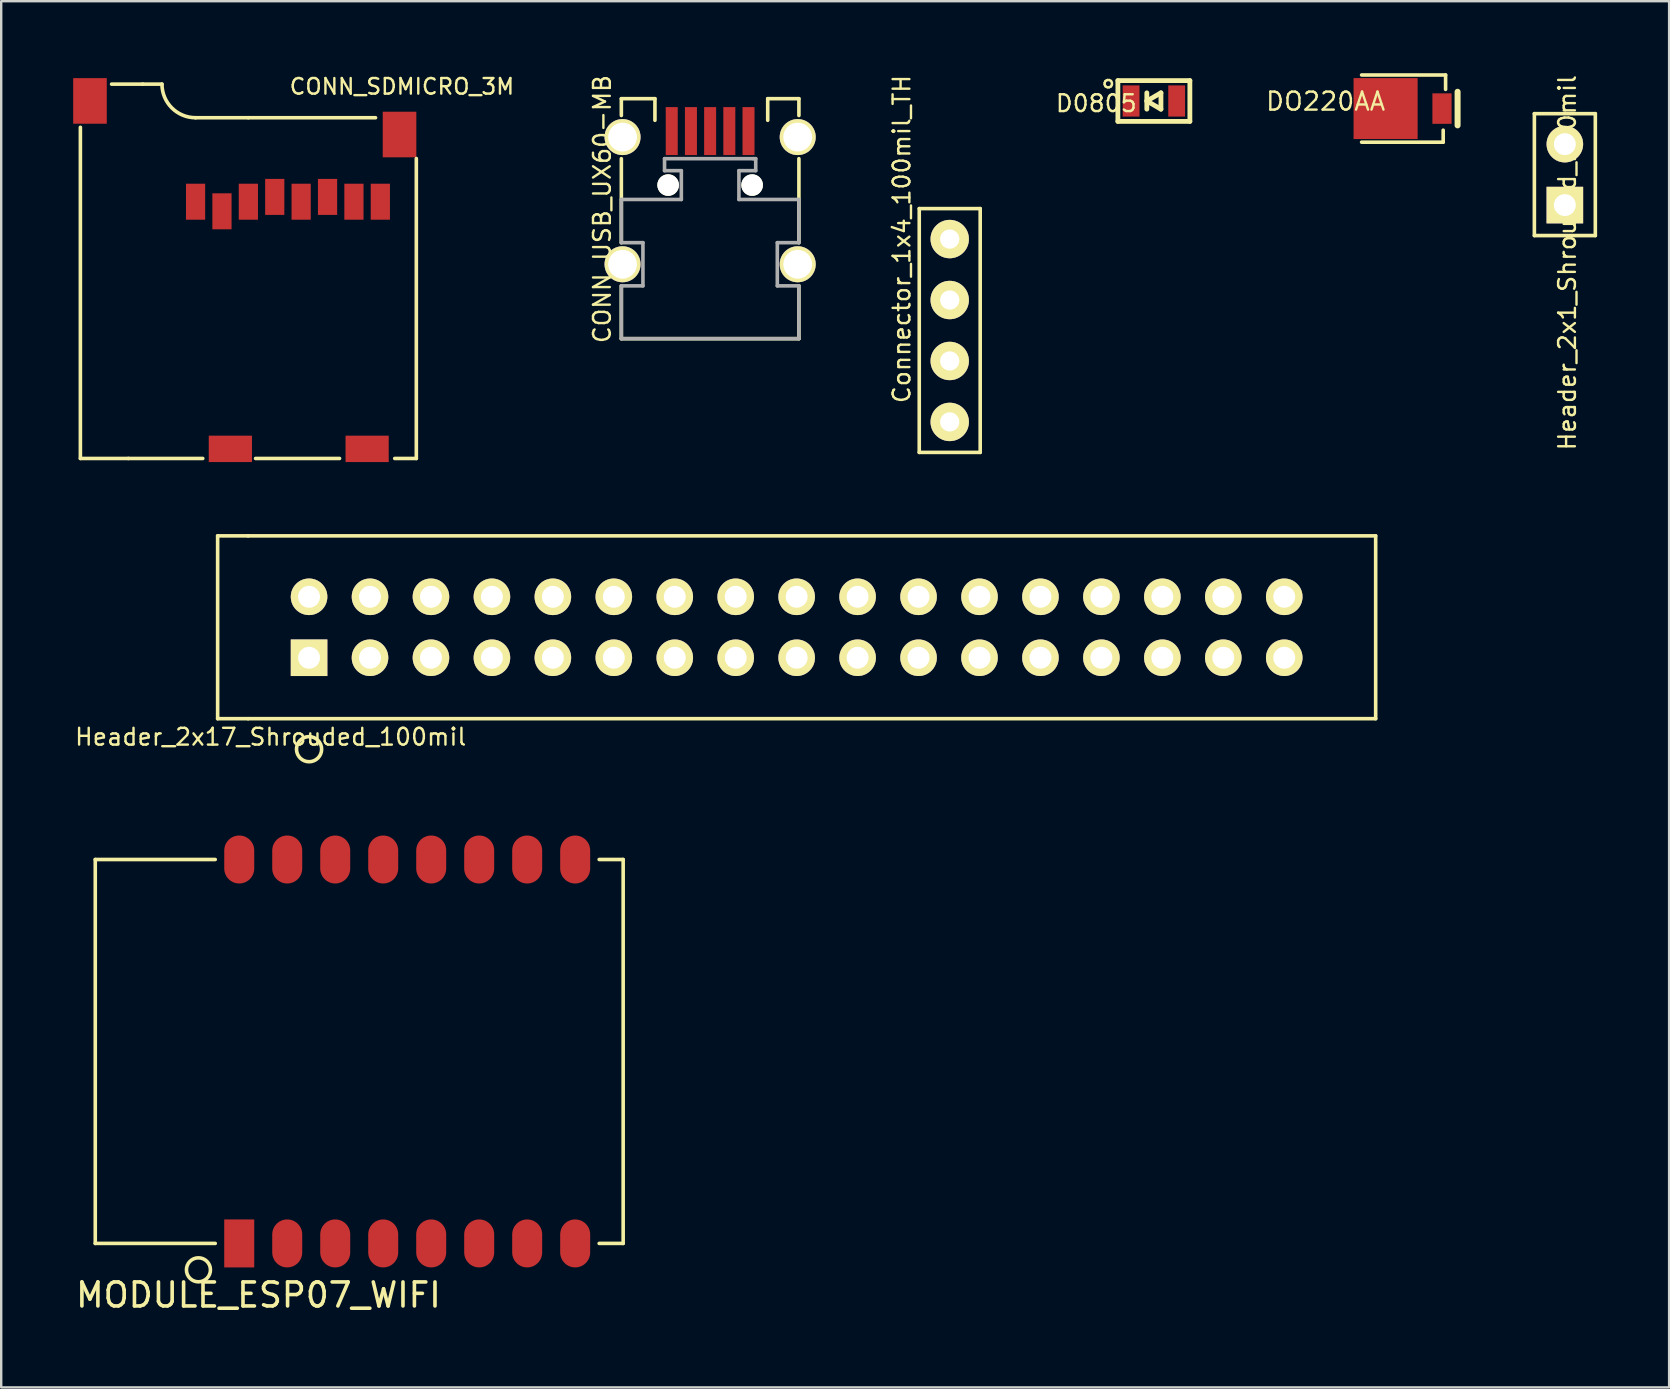
<source format=kicad_pcb>
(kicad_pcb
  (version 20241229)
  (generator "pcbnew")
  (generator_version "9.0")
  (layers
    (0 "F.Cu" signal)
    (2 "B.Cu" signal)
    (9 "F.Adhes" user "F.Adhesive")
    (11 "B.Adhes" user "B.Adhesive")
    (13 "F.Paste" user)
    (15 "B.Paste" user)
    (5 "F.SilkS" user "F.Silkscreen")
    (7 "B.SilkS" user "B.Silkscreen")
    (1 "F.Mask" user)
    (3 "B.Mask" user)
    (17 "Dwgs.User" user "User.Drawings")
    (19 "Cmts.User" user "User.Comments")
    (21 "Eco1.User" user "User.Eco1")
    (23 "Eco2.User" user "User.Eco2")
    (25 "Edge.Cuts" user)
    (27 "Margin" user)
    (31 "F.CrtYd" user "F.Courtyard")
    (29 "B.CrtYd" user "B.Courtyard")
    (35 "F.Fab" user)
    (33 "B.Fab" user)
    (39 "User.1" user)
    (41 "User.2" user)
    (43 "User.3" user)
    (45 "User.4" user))
  (footprint "CONN_USB_UX60-MB"
    (layer "F.Cu")
    (at 26.544 2.463)
    (property "Reference" "CONN_USB_UX60-MB" (at -4.5 3.2 90) (layer "F.SilkS") (effects (font (size 0.7 0.7) (thickness 0.1))))
    (attr through_hole)
    (fp_line (start -3.7 -1.4) (end -2.3 -1.4) (stroke (width 0.15) (type solid)) (layer "F.SilkS"))
    (fp_line (start -3.7 -0.7) (end -3.7 -1.4) (stroke (width 0.15) (type solid)) (layer "F.SilkS"))
    (fp_line (start -3.7 4.6) (end -3.7 1.1) (stroke (width 0.15) (type solid)) (layer "F.SilkS"))
    (fp_line (start -3.7 8.6) (end -3.7 6.4) (stroke (width 0.15) (type solid)) (layer "F.SilkS"))
    (fp_line (start -2.3 -1.4) (end -2.3 -0.5) (stroke (width 0.15) (type solid)) (layer "F.SilkS"))
    (fp_line (start 2.4 -1.4) (end 3.7 -1.4) (stroke (width 0.15) (type solid)) (layer "F.SilkS"))
    (fp_line (start 2.4 -0.5) (end 2.4 -1.4) (stroke (width 0.15) (type solid)) (layer "F.SilkS"))
    (fp_line (start 3.7 -1.4) (end 3.7 -0.7) (stroke (width 0.15) (type solid)) (layer "F.SilkS"))
    (fp_line (start 3.7 1.1) (end 3.7 4.6) (stroke (width 0.15) (type solid)) (layer "F.SilkS"))
    (fp_line (start 3.7 6.4) (end 3.7 8.6) (stroke (width 0.15) (type solid)) (layer "F.SilkS"))
    (fp_line (start 3.7 8.6) (end -3.7 8.6) (stroke (width 0.15) (type solid)) (layer "F.SilkS"))
    (fp_line (start -3.7 2.8) (end -1.2 2.8) (stroke (width 0.15) (type solid)) (layer "F.Fab"))
    (fp_line (start -3.7 4.6) (end -3.7 2.8) (stroke (width 0.15) (type solid)) (layer "F.Fab"))
    (fp_line (start -3.7 6.4) (end -2.8 6.4) (stroke (width 0.15) (type solid)) (layer "F.Fab"))
    (fp_line (start -3.7 8.6) (end -3.7 6.4) (stroke (width 0.15) (type solid)) (layer "F.Fab"))
    (fp_line (start -2.8 4.6) (end -3.7 4.6) (stroke (width 0.15) (type solid)) (layer "F.Fab"))
    (fp_line (start -2.8 6.4) (end -2.8 4.6) (stroke (width 0.15) (type solid)) (layer "F.Fab"))
    (fp_line (start -1.9 1.1) (end 1.8 1.1) (stroke (width 0.15) (type solid)) (layer "F.Fab"))
    (fp_line (start -1.9 1.6) (end -1.9 1.1) (stroke (width 0.15) (type solid)) (layer "F.Fab"))
    (fp_line (start -1.2 1.6) (end -1.9 1.6) (stroke (width 0.15) (type solid)) (layer "F.Fab"))
    (fp_line (start -1.2 2.8) (end -1.2 1.6) (stroke (width 0.15) (type solid)) (layer "F.Fab"))
    (fp_line (start 1.2 1.6) (end 1.2 2.8) (stroke (width 0.15) (type solid)) (layer "F.Fab"))
    (fp_line (start 1.2 2.8) (end 3.7 2.8) (stroke (width 0.15) (type solid)) (layer "F.Fab"))
    (fp_line (start 1.8 1.1) (end 1.9 1.1) (stroke (width 0.15) (type solid)) (layer "F.Fab"))
    (fp_line (start 1.9 1.1) (end 1.9 1.6) (stroke (width 0.15) (type solid)) (layer "F.Fab"))
    (fp_line (start 1.9 1.6) (end 1.2 1.6) (stroke (width 0.15) (type solid)) (layer "F.Fab"))
    (fp_line (start 2.8 4.6) (end 2.8 6.4) (stroke (width 0.15) (type solid)) (layer "F.Fab"))
    (fp_line (start 2.8 6.4) (end 3.7 6.4) (stroke (width 0.15) (type solid)) (layer "F.Fab"))
    (fp_line (start 3.7 2.8) (end 3.7 4.6) (stroke (width 0.15) (type solid)) (layer "F.Fab"))
    (fp_line (start 3.7 4.6) (end 2.8 4.6) (stroke (width 0.15) (type solid)) (layer "F.Fab"))
    (fp_line (start 3.7 6.4) (end 3.7 8.6) (stroke (width 0.15) (type solid)) (layer "F.Fab"))
    (fp_line (start 3.7 8.6) (end -3.7 8.6) (stroke (width 0.15) (type solid)) (layer "F.Fab"))
    (pad "" np_thru_hole circle (at -1.75 2.2) (size 0.9 0.9) (drill 0.9) (layers "*.Cu" "*.Mask" "F.SilkS"))
    (pad "" np_thru_hole circle (at 1.75 2.2) (size 0.9 0.9) (drill 0.9) (layers "*.Cu" "*.Mask" "F.SilkS"))
    (pad "1" smd rect (at -1.6 -0.05) (size 0.5 2) (layers "F.Cu" "F.Mask" "F.Paste"))
    (pad "2" smd rect (at -0.8 -0.05) (size 0.5 2) (layers "F.Cu" "F.Mask" "F.Paste"))
    (pad "3" smd rect (at 0 -0.05) (size 0.5 2) (layers "F.Cu" "F.Mask" "F.Paste"))
    (pad "4" smd rect (at 0.8 -0.05) (size 0.5 2) (layers "F.Cu" "F.Mask" "F.Paste"))
    (pad "5" smd rect (at 1.6 -0.05) (size 0.5 2) (layers "F.Cu" "F.Mask" "F.Paste"))
    (pad "6" thru_hole circle (at -3.65 0.2) (size 1.5 1.5) (drill 1.2) (layers "*.Cu" "*.Mask" "F.SilkS"))
    (pad "7" thru_hole circle (at 3.65 0.2) (size 1.5 1.5) (drill 1.2) (layers "*.Cu" "*.Mask" "F.SilkS"))
    (pad "8" thru_hole circle (at -3.65 5.5) (size 1.5 1.5) (drill 1.2) (layers "*.Cu" "*.Mask" "F.SilkS"))
    (pad "9" thru_hole circle (at 3.65 5.5) (size 1.5 1.5) (drill 1.2) (layers "*.Cu" "*.Mask" "F.SilkS")))
  (footprint "MODULE_ESP07_WIFI"
    (layer "F.Cu")
    (at 6.92 48.769)
    (property "Reference" "MODULE_ESP07_WIFI" (at 0.8 2.15 0) (layer "F.SilkS") (effects (font (size 1 1) (thickness 0.15))))
    (attr through_hole)
    (fp_line (start -6 -16) (end -6 0) (stroke (width 0.15) (type solid)) (layer "F.SilkS"))
    (fp_line (start -6 0) (end -1 0) (stroke (width 0.15) (type solid)) (layer "F.SilkS"))
    (fp_line (start -1 -16) (end -6 -16) (stroke (width 0.15) (type solid)) (layer "F.SilkS"))
    (fp_line (start 15 -16) (end 16 -16) (stroke (width 0.15) (type solid)) (layer "F.SilkS"))
    (fp_line (start 16 -16) (end 16 0) (stroke (width 0.15) (type solid)) (layer "F.SilkS"))
    (fp_line (start 16 0) (end 15 0) (stroke (width 0.15) (type solid)) (layer "F.SilkS"))
    (fp_circle (center -1.7 1.1) (end -1.2 1.1) (stroke (width 0.15) (type solid)) (fill no) (layer "F.SilkS"))
    (pad "1" smd rect (at 0 0) (size 1.25 2) (layers "F.Cu" "F.Mask" "F.Paste"))
    (pad "2" smd oval (at 2 0) (size 1.25 2) (layers "F.Cu" "F.Mask" "F.Paste"))
    (pad "3" smd oval (at 4 0) (size 1.25 2) (layers "F.Cu" "F.Mask" "F.Paste"))
    (pad "4" smd oval (at 6 0) (size 1.25 2) (layers "F.Cu" "F.Mask" "F.Paste"))
    (pad "5" smd oval (at 8 0) (size 1.25 2) (layers "F.Cu" "F.Mask" "F.Paste"))
    (pad "6" smd oval (at 10 0) (size 1.25 2) (layers "F.Cu" "F.Mask" "F.Paste"))
    (pad "7" smd oval (at 12 0) (size 1.25 2) (layers "F.Cu" "F.Mask" "F.Paste"))
    (pad "8" smd oval (at 14 0) (size 1.25 2) (layers "F.Cu" "F.Mask" "F.Paste"))
    (pad "9" smd oval (at 14 -16) (size 1.25 2) (layers "F.Cu" "F.Mask" "F.Paste"))
    (pad "10" smd oval (at 12 -16) (size 1.25 2) (layers "F.Cu" "F.Mask" "F.Paste"))
    (pad "11" smd oval (at 10 -16) (size 1.25 2) (layers "F.Cu" "F.Mask" "F.Paste"))
    (pad "12" smd oval (at 8 -16) (size 1.25 2) (layers "F.Cu" "F.Mask" "F.Paste"))
    (pad "13" smd oval (at 6 -16) (size 1.25 2) (layers "F.Cu" "F.Mask" "F.Paste"))
    (pad "14" smd oval (at 4 -16) (size 1.25 2) (layers "F.Cu" "F.Mask" "F.Paste"))
    (pad "15" smd oval (at 2 -16) (size 1.25 2) (layers "F.Cu" "F.Mask" "F.Paste"))
    (pad "16" smd oval (at 0 -16) (size 1.25 2) (layers "F.Cu" "F.Mask" "F.Paste")))
  (footprint "D0805"
    (layer "F.Cu")
    (at 45.037 1.159)
    (property "Reference" "D0805" (at -2.4 0.1 0) (layer "F.SilkS") (effects (font (size 0.7 0.7) (thickness 0.1))))
    (attr smd)
    (fp_line (start -1.5 -0.85) (end 1.5 -0.85) (stroke (width 0.2) (type solid)) (layer "F.SilkS"))
    (fp_line (start -1.5 0.85) (end -1.5 -0.85) (stroke (width 0.2) (type solid)) (layer "F.SilkS"))
    (fp_line (start -0.294 -0.34) (end -0.294 0.34) (stroke (width 0.2) (type solid)) (layer "F.SilkS"))
    (fp_line (start -0.294 0) (end 0.294 -0.34) (stroke (width 0.2) (type solid)) (layer "F.SilkS"))
    (fp_line (start 0.294 -0.34) (end 0.294 0.34) (stroke (width 0.2) (type solid)) (layer "F.SilkS"))
    (fp_line (start 0.294 0.34) (end -0.294 0) (stroke (width 0.2) (type solid)) (layer "F.SilkS"))
    (fp_line (start 1.5 -0.85) (end 1.5 0.85) (stroke (width 0.2) (type solid)) (layer "F.SilkS"))
    (fp_line (start 1.5 0.85) (end -1.5 0.85) (stroke (width 0.2) (type solid)) (layer "F.SilkS"))
    (fp_text user "○" (at -1.9 -0.75 0) (layer "F.SilkS") (effects (font (size 0.4 0.4) (thickness 0.1))))
    (pad "A" smd rect (at 0.95 0) (size 0.7 1.3) (layers "F.Cu" "F.Mask" "F.Paste"))
    (pad "K" smd rect (at -0.95 0) (size 0.7 1.3) (layers "F.Cu" "F.Mask" "F.Paste")))
  (footprint "Header_2x1_Shrouded_100mil"
    (layer "F.Cu")
    (at 62.164 5.497)
    (property "Reference" "Header_2x1_Shrouded_100mil" (at 0.1 2.4 90) (layer "F.SilkS") (effects (font (size 0.7 0.7) (thickness 0.1))))
    (attr through_hole)
    (fp_line (start -1.27 -3.81) (end 1.27 -3.81) (stroke (width 0.15) (type solid)) (layer "F.SilkS"))
    (fp_line (start -1.27 1.27) (end -1.27 -3.81) (stroke (width 0.15) (type solid)) (layer "F.SilkS"))
    (fp_line (start 1.27 -3.81) (end 1.27 1.27) (stroke (width 0.15) (type solid)) (layer "F.SilkS"))
    (fp_line (start 1.27 1.27) (end -1.27 1.27) (stroke (width 0.15) (type solid)) (layer "F.SilkS"))
    (pad "1" thru_hole rect (at 0 0) (size 1.524 1.524) (drill 0.914) (layers "*.Cu" "*.Mask" "F.SilkS"))
    (pad "2" thru_hole circle (at 0 -2.54) (size 1.524 1.524) (drill 0.914) (layers "*.Cu" "*.Mask" "F.SilkS")))
  (footprint "DO220AA"
    (layer "F.Cu")
    (at 54.694 1.475)
    (property "Reference" "DO220AA" (at -2.5 -0.3 0) (layer "F.SilkS") (effects (font (size 0.75 0.75) (thickness 0.1))))
    (attr through_hole)
    (fp_line (start -1 -1.4) (end 2.5 -1.4) (stroke (width 0.15) (type solid)) (layer "F.SilkS"))
    (fp_line (start -1 1.4) (end 2.4 1.4) (stroke (width 0.15) (type solid)) (layer "F.SilkS"))
    (fp_line (start 2.4 1.4) (end 2.4 0.9) (stroke (width 0.15) (type solid)) (layer "F.SilkS"))
    (fp_line (start 2.5 -1.4) (end 2.5 -0.8) (stroke (width 0.15) (type solid)) (layer "F.SilkS"))
    (fp_line (start 3 -0.7) (end 3 0.7) (stroke (width 0.25) (type solid)) (layer "F.SilkS"))
    (pad "A" smd rect (at 0 0) (size 2.67 2.54) (layers "F.Cu" "F.Mask" "F.Paste"))
    (pad "K" smd rect (at 2.35 0) (size 0.8 1.27) (layers "F.Cu" "F.Mask" "F.Paste")))
  (footprint "Connector_1x4_100mil_TH"
    (layer "F.Cu")
    (at 36.529 6.913)
    (property "Reference" "Connector_1x4_100mil_TH" (at -2 0 90) (layer "F.SilkS") (effects (font (size 0.7 0.7) (thickness 0.1))))
    (attr through_hole)
    (fp_line (start -1.27 -1.27) (end 1.27 -1.27) (stroke (width 0.15) (type solid)) (layer "F.SilkS"))
    (fp_line (start -1.27 8.89) (end -1.27 -1.27) (stroke (width 0.15) (type solid)) (layer "F.SilkS"))
    (fp_line (start 1.27 -1.27) (end 1.27 8.89) (stroke (width 0.15) (type solid)) (layer "F.SilkS"))
    (fp_line (start 1.27 8.89) (end -1.27 8.89) (stroke (width 0.15) (type solid)) (layer "F.SilkS"))
    (pad "1" thru_hole circle (at 0 0) (size 1.6 1.6) (drill 0.8) (layers "*.Cu" "*.Mask" "F.SilkS"))
    (pad "2" thru_hole circle (at 0 2.54) (size 1.6 1.6) (drill 0.8) (layers "*.Cu" "*.Mask" "F.SilkS"))
    (pad "3" thru_hole circle (at 0 5.08) (size 1.6 1.6) (drill 0.8) (layers "*.Cu" "*.Mask" "F.SilkS"))
    (pad "4" thru_hole circle (at 0 7.62) (size 1.6 1.6) (drill 0.8) (layers "*.Cu" "*.Mask" "F.SilkS")))
  (footprint "Header_2x17_Shrouded_100mil"
    (layer "F.Cu")
    (at 9.83 24.361)
    (property "Reference" "Header_2x17_Shrouded_100mil" (at -1.6 3.3 0) (layer "F.SilkS") (effects (font (size 0.7 0.7) (thickness 0.1))))
    (attr through_hole)
    (fp_line (start -3.81 -5.08) (end -3.81 2.54) (stroke (width 0.15) (type solid)) (layer "F.SilkS"))
    (fp_line (start -2.54 -5.08) (end -3.81 -5.08) (stroke (width 0.15) (type solid)) (layer "F.SilkS"))
    (fp_line (start -2.54 -5.08) (end 44.45 -5.08) (stroke (width 0.15) (type solid)) (layer "F.SilkS"))
    (fp_line (start -2.54 2.54) (end -3.81 2.54) (stroke (width 0.15) (type solid)) (layer "F.SilkS"))
    (fp_line (start 44.45 -5.08) (end 44.45 2.54) (stroke (width 0.15) (type solid)) (layer "F.SilkS"))
    (fp_line (start 44.45 2.54) (end -2.54 2.54) (stroke (width 0.15) (type solid)) (layer "F.SilkS"))
    (fp_circle (center 0 3.81) (end 0.508 3.937) (stroke (width 0.15) (type solid)) (fill no) (layer "F.SilkS"))
    (pad "1" thru_hole rect (at 0 0) (size 1.524 1.524) (drill 0.914) (layers "*.Cu" "*.Mask" "F.SilkS"))
    (pad "2" thru_hole circle (at 0 -2.54) (size 1.524 1.524) (drill 0.914) (layers "*.Cu" "*.Mask" "F.SilkS"))
    (pad "3" thru_hole circle (at 2.54 0) (size 1.524 1.524) (drill 0.914) (layers "*.Cu" "*.Mask" "F.SilkS"))
    (pad "4" thru_hole circle (at 2.54 -2.54) (size 1.524 1.524) (drill 0.914) (layers "*.Cu" "*.Mask" "F.SilkS"))
    (pad "5" thru_hole circle (at 5.08 0) (size 1.524 1.524) (drill 0.914) (layers "*.Cu" "*.Mask" "F.SilkS"))
    (pad "6" thru_hole circle (at 5.08 -2.54) (size 1.524 1.524) (drill 0.914) (layers "*.Cu" "*.Mask" "F.SilkS"))
    (pad "7" thru_hole circle (at 7.62 0) (size 1.524 1.524) (drill 0.914) (layers "*.Cu" "*.Mask" "F.SilkS"))
    (pad "8" thru_hole circle (at 7.62 -2.54) (size 1.524 1.524) (drill 0.914) (layers "*.Cu" "*.Mask" "F.SilkS"))
    (pad "9" thru_hole circle (at 10.16 0) (size 1.524 1.524) (drill 0.914) (layers "*.Cu" "*.Mask" "F.SilkS"))
    (pad "10" thru_hole circle (at 10.16 -2.54) (size 1.524 1.524) (drill 0.914) (layers "*.Cu" "*.Mask" "F.SilkS"))
    (pad "11" thru_hole circle (at 12.7 0) (size 1.524 1.524) (drill 0.914) (layers "*.Cu" "*.Mask" "F.SilkS"))
    (pad "12" thru_hole circle (at 12.7 -2.54) (size 1.524 1.524) (drill 0.914) (layers "*.Cu" "*.Mask" "F.SilkS"))
    (pad "13" thru_hole circle (at 15.24 0) (size 1.524 1.524) (drill 0.914) (layers "*.Cu" "*.Mask" "F.SilkS"))
    (pad "14" thru_hole circle (at 15.24 -2.54) (size 1.524 1.524) (drill 0.914) (layers "*.Cu" "*.Mask" "F.SilkS"))
    (pad "15" thru_hole circle (at 17.78 0) (size 1.524 1.524) (drill 0.914) (layers "*.Cu" "*.Mask" "F.SilkS"))
    (pad "16" thru_hole circle (at 17.78 -2.54) (size 1.524 1.524) (drill 0.914) (layers "*.Cu" "*.Mask" "F.SilkS"))
    (pad "17" thru_hole circle (at 20.32 0) (size 1.524 1.524) (drill 0.914) (layers "*.Cu" "*.Mask" "F.SilkS"))
    (pad "18" thru_hole circle (at 20.32 -2.54) (size 1.524 1.524) (drill 0.914) (layers "*.Cu" "*.Mask" "F.SilkS"))
    (pad "19" thru_hole circle (at 22.86 0) (size 1.524 1.524) (drill 0.914) (layers "*.Cu" "*.Mask" "F.SilkS"))
    (pad "20" thru_hole circle (at 22.86 -2.54) (size 1.524 1.524) (drill 0.914) (layers "*.Cu" "*.Mask" "F.SilkS"))
    (pad "21" thru_hole circle (at 25.4 0) (size 1.524 1.524) (drill 0.914) (layers "*.Cu" "*.Mask" "F.SilkS"))
    (pad "22" thru_hole circle (at 25.4 -2.54) (size 1.524 1.524) (drill 0.914) (layers "*.Cu" "*.Mask" "F.SilkS"))
    (pad "23" thru_hole circle (at 27.94 0) (size 1.524 1.524) (drill 0.914) (layers "*.Cu" "*.Mask" "F.SilkS"))
    (pad "24" thru_hole circle (at 27.94 -2.54) (size 1.524 1.524) (drill 0.914) (layers "*.Cu" "*.Mask" "F.SilkS"))
    (pad "25" thru_hole circle (at 30.48 0) (size 1.524 1.524) (drill 0.914) (layers "*.Cu" "*.Mask" "F.SilkS"))
    (pad "26" thru_hole circle (at 30.48 -2.54) (size 1.524 1.524) (drill 0.914) (layers "*.Cu" "*.Mask" "F.SilkS"))
    (pad "27" thru_hole circle (at 33.02 0) (size 1.524 1.524) (drill 0.914) (layers "*.Cu" "*.Mask" "F.SilkS"))
    (pad "28" thru_hole circle (at 33.02 -2.54) (size 1.524 1.524) (drill 0.914) (layers "*.Cu" "*.Mask" "F.SilkS"))
    (pad "29" thru_hole circle (at 35.56 0) (size 1.524 1.524) (drill 0.914) (layers "*.Cu" "*.Mask" "F.SilkS"))
    (pad "30" thru_hole circle (at 35.56 -2.54) (size 1.524 1.524) (drill 0.914) (layers "*.Cu" "*.Mask" "F.SilkS"))
    (pad "31" thru_hole circle (at 38.1 0) (size 1.524 1.524) (drill 0.914) (layers "*.Cu" "*.Mask" "F.SilkS"))
    (pad "32" thru_hole circle (at 38.1 -2.54) (size 1.524 1.524) (drill 0.914) (layers "*.Cu" "*.Mask" "F.SilkS"))
    (pad "33" thru_hole circle (at 40.64 0) (size 1.524 1.524) (drill 0.914) (layers "*.Cu" "*.Mask" "F.SilkS"))
    (pad "34" thru_hole circle (at 40.64 -2.54) (size 1.524 1.524) (drill 0.914) (layers "*.Cu" "*.Mask" "F.SilkS")))
  (footprint "CONN_SDMICRO_3M"
    (layer "F.Cu")
    (at 14.3 3.456)
    (property "Reference" "CONN_SDMICRO_3M" (at -0.6 -2.9 0) (layer "F.SilkS") (effects (font (size 0.65 0.65) (thickness 0.1))))
    (attr through_hole)
    (fp_line (start -14 12.6) (end -14 -1.2) (stroke (width 0.15) (type solid)) (layer "F.SilkS"))
    (fp_line (start -12.7 -3) (end -11.4 -3) (stroke (width 0.15) (type solid)) (layer "F.SilkS"))
    (fp_line (start -12 12.6) (end -14 12.6) (stroke (width 0.15) (type solid)) (layer "F.SilkS"))
    (fp_line (start -12 12.6) (end -8.9 12.6) (stroke (width 0.15) (type solid)) (layer "F.SilkS"))
    (fp_line (start -11.4 -3) (end -10.6 -3) (stroke (width 0.15) (type solid)) (layer "F.SilkS"))
    (fp_line (start -7 -1.6) (end -9.2 -1.6) (stroke (width 0.15) (type solid)) (layer "F.SilkS"))
    (fp_line (start -7 -1.6) (end -1.7 -1.6) (stroke (width 0.15) (type solid)) (layer "F.SilkS"))
    (fp_line (start -3.2 12.6) (end -6.7 12.6) (stroke (width 0.15) (type solid)) (layer "F.SilkS"))
    (fp_line (start 0 0.1) (end 0 12.6) (stroke (width 0.15) (type solid)) (layer "F.SilkS"))
    (fp_line (start 0 12.6) (end -0.9 12.6) (stroke (width 0.15) (type solid)) (layer "F.SilkS"))
    (fp_arc (start -9.2 -1.6) (mid -10.189949 -2.010051) (end -10.6 -3) (stroke (width 0.15) (type solid)) (layer "F.SilkS"))
    (pad "1" smd rect (at -9.2 1.9) (size 0.8 1.5) (layers "F.Cu" "F.Mask" "F.Paste"))
    (pad "2" smd rect (at -8.1 2.3) (size 0.8 1.5) (layers "F.Cu" "F.Mask" "F.Paste"))
    (pad "3" smd rect (at -7 1.9) (size 0.8 1.5) (layers "F.Cu" "F.Mask" "F.Paste"))
    (pad "4" smd rect (at -5.9 1.7) (size 0.8 1.5) (layers "F.Cu" "F.Mask" "F.Paste"))
    (pad "5" smd rect (at -4.8 1.9) (size 0.8 1.5) (layers "F.Cu" "F.Mask" "F.Paste"))
    (pad "6" smd rect (at -3.7 1.7) (size 0.8 1.5) (layers "F.Cu" "F.Mask" "F.Paste"))
    (pad "7" smd rect (at -2.6 1.9) (size 0.8 1.5) (layers "F.Cu" "F.Mask" "F.Paste"))
    (pad "8" smd rect (at -1.5 1.9) (size 0.8 1.5) (layers "F.Cu" "F.Mask" "F.Paste"))
    (pad "9" smd rect (at -0.7 -0.9) (size 1.4 1.9) (layers "F.Cu" "F.Mask" "F.Paste"))
    (pad "10" smd rect (at -13.6 -2.3) (size 1.4 1.9) (layers "F.Cu" "F.Mask" "F.Paste"))
    (pad "11" smd rect (at -2.05 12.2) (size 1.8 1.1) (layers "F.Cu" "F.Mask" "F.Paste"))
    (pad "12" smd rect (at -7.75 12.2) (size 1.8 1.1) (layers "F.Cu" "F.Mask" "F.Paste")))
  (gr_rect
    (start -3 -3)
    (end 66.509 54.768)
    (stroke (width 0.1) (type default))
    (fill no)
    (layer "Edge.Cuts")))
</source>
